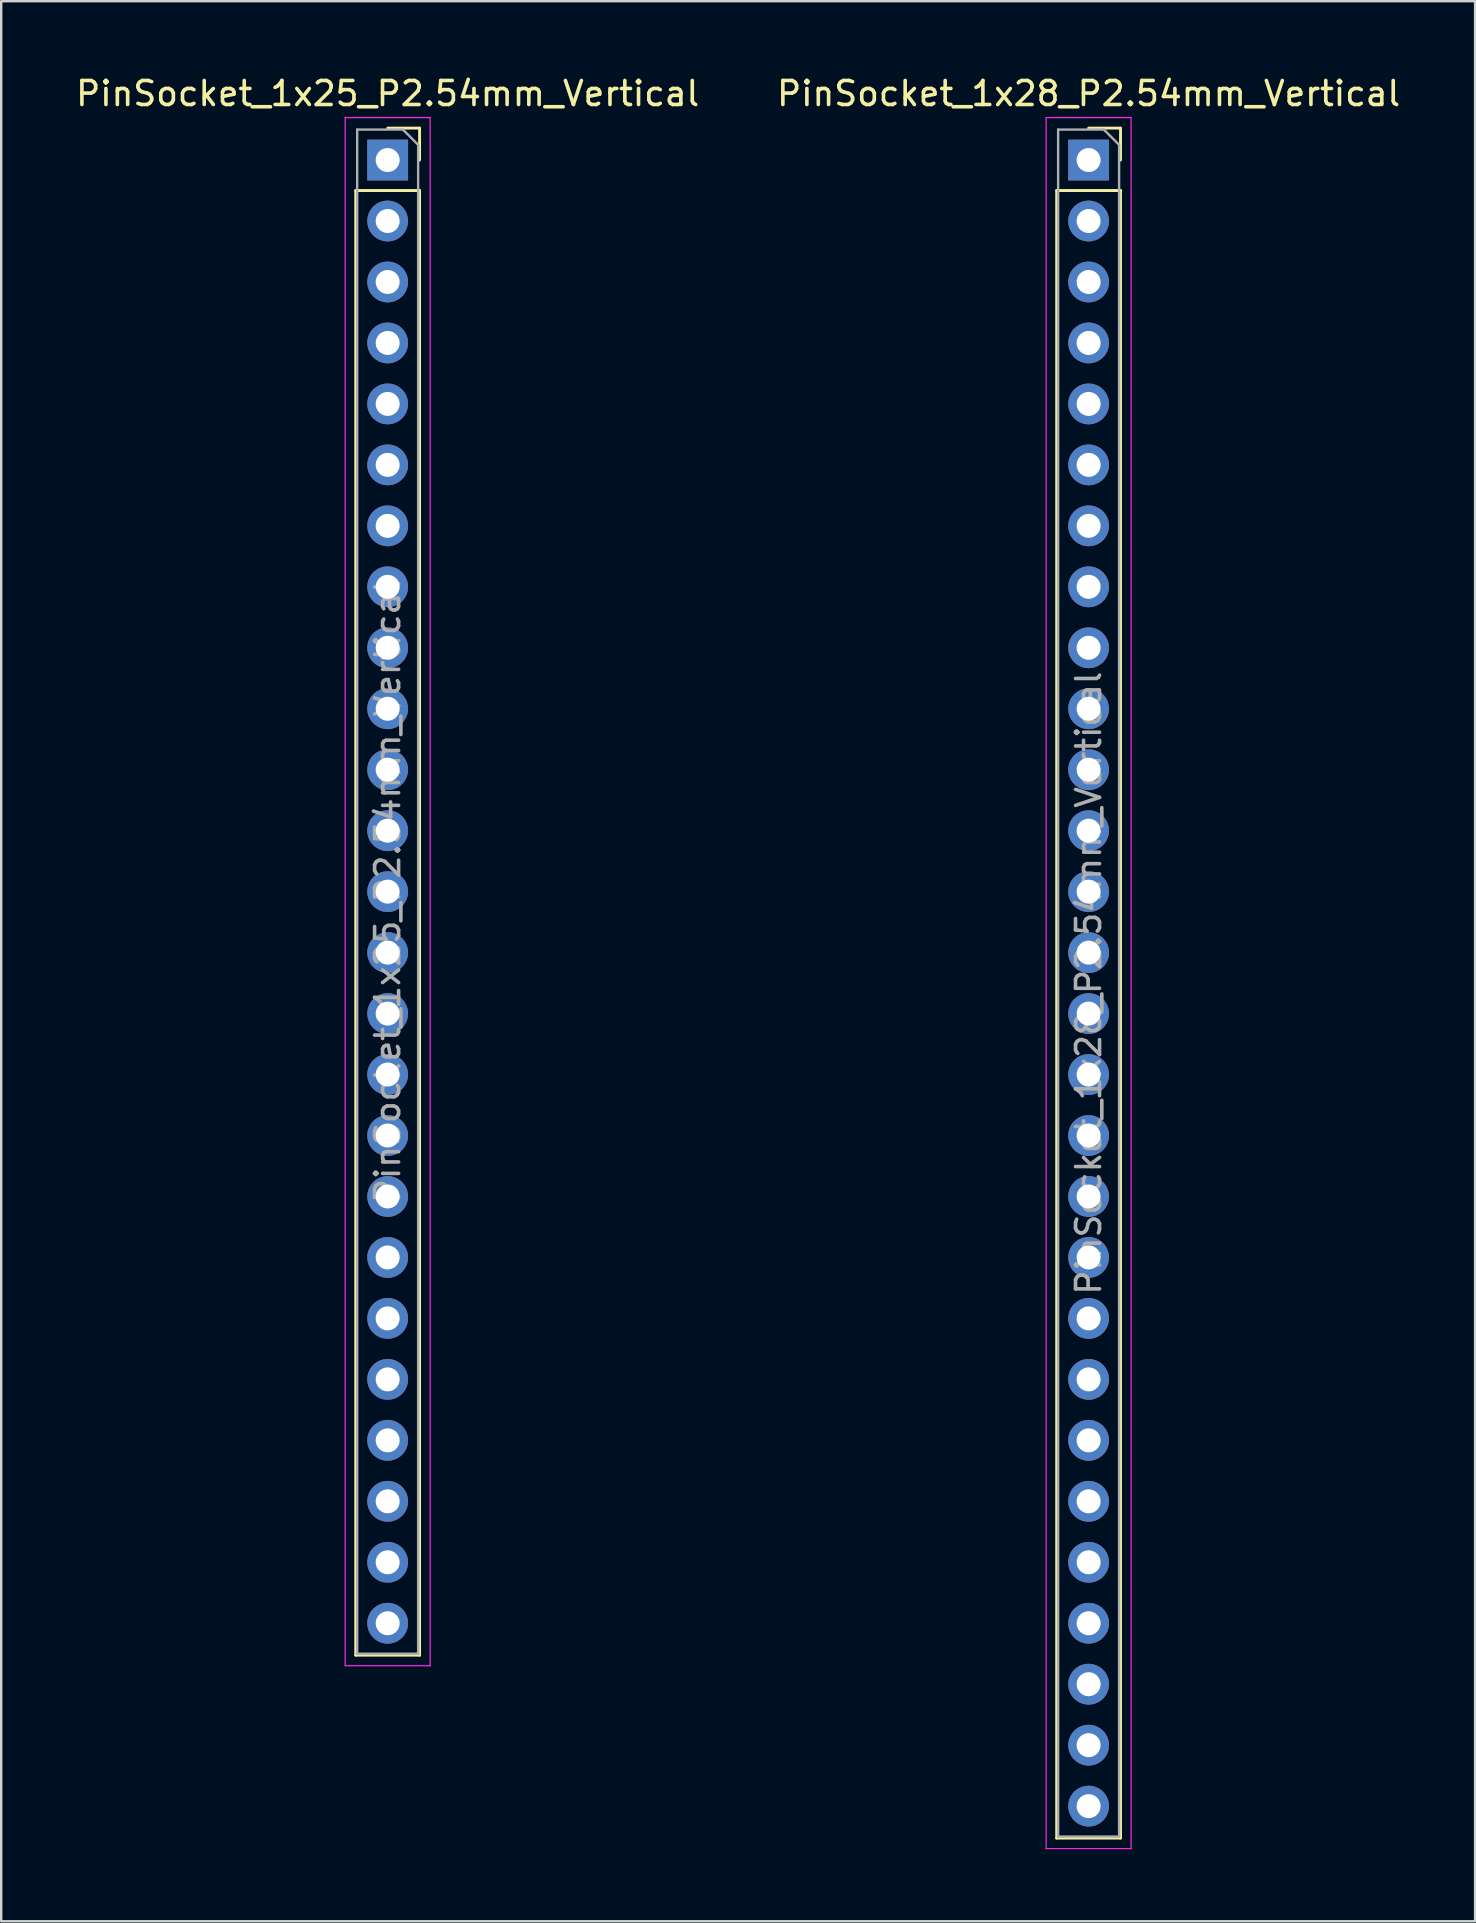
<source format=kicad_pcb>
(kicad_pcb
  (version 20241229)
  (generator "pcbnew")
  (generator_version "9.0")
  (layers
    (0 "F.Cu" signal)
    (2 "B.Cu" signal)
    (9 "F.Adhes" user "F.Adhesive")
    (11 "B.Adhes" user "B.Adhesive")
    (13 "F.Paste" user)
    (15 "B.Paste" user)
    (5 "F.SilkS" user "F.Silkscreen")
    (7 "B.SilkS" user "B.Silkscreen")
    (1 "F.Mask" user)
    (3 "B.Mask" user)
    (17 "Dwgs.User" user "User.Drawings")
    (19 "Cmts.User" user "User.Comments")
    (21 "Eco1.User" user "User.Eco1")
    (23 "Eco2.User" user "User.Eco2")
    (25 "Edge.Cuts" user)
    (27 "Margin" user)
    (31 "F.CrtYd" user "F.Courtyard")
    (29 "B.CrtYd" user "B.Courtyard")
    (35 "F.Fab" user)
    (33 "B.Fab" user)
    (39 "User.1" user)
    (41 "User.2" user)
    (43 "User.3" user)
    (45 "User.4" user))
  (footprint "PinSocket_1x25_P2.54mm_Vertical"
    (layer "F.Cu")
    (at 13.101 3.618)
    (property "Reference" "PinSocket_1x25_P2.54mm_Vertical" (at 0 -2.77 0) (layer "F.SilkS") (effects (font (size 1 1) (thickness 0.15))))
    (attr through_hole)
    (fp_line (start -1.33 1.27) (end -1.33 62.29) (stroke (width 0.12) (type solid)) (layer "F.SilkS"))
    (fp_line (start -1.33 1.27) (end 1.33 1.27) (stroke (width 0.12) (type solid)) (layer "F.SilkS"))
    (fp_line (start -1.33 62.29) (end 1.33 62.29) (stroke (width 0.12) (type solid)) (layer "F.SilkS"))
    (fp_line (start 0 -1.33) (end 1.33 -1.33) (stroke (width 0.12) (type solid)) (layer "F.SilkS"))
    (fp_line (start 1.33 -1.33) (end 1.33 0) (stroke (width 0.12) (type solid)) (layer "F.SilkS"))
    (fp_line (start 1.33 1.27) (end 1.33 62.29) (stroke (width 0.12) (type solid)) (layer "F.SilkS"))
    (fp_line (start -1.77 -1.77) (end 1.77 -1.77) (stroke (width 0.05) (type solid)) (layer "F.CrtYd"))
    (fp_line (start -1.77 62.73) (end -1.77 -1.77) (stroke (width 0.05) (type solid)) (layer "F.CrtYd"))
    (fp_line (start 1.77 -1.77) (end 1.77 62.73) (stroke (width 0.05) (type solid)) (layer "F.CrtYd"))
    (fp_line (start 1.77 62.73) (end -1.77 62.73) (stroke (width 0.05) (type solid)) (layer "F.CrtYd"))
    (fp_line (start -1.27 -1.27) (end 0.635 -1.27) (stroke (width 0.1) (type solid)) (layer "F.Fab"))
    (fp_line (start -1.27 62.23) (end -1.27 -1.27) (stroke (width 0.1) (type solid)) (layer "F.Fab"))
    (fp_line (start 0.635 -1.27) (end 1.27 -0.635) (stroke (width 0.1) (type solid)) (layer "F.Fab"))
    (fp_line (start 1.27 -0.635) (end 1.27 62.23) (stroke (width 0.1) (type solid)) (layer "F.Fab"))
    (fp_line (start 1.27 62.23) (end -1.27 62.23) (stroke (width 0.1) (type solid)) (layer "F.Fab"))
    (fp_text user "${REFERENCE}" (at 0 30.48 90) (layer "F.Fab") (effects (font (size 1 1) (thickness 0.15))))
    (pad "1" thru_hole rect (at 0 0) (size 1.7 1.7) (drill 1) (layers "*.Cu" "*.Mask"))
    (pad "2" thru_hole circle (at 0 2.54) (size 1.7 1.7) (drill 1) (layers "*.Cu" "*.Mask"))
    (pad "3" thru_hole circle (at 0 5.08) (size 1.7 1.7) (drill 1) (layers "*.Cu" "*.Mask"))
    (pad "4" thru_hole circle (at 0 7.62) (size 1.7 1.7) (drill 1) (layers "*.Cu" "*.Mask"))
    (pad "5" thru_hole circle (at 0 10.16) (size 1.7 1.7) (drill 1) (layers "*.Cu" "*.Mask"))
    (pad "6" thru_hole circle (at 0 12.7) (size 1.7 1.7) (drill 1) (layers "*.Cu" "*.Mask"))
    (pad "7" thru_hole circle (at 0 15.24) (size 1.7 1.7) (drill 1) (layers "*.Cu" "*.Mask"))
    (pad "8" thru_hole circle (at 0 17.78) (size 1.7 1.7) (drill 1) (layers "*.Cu" "*.Mask"))
    (pad "9" thru_hole circle (at 0 20.32) (size 1.7 1.7) (drill 1) (layers "*.Cu" "*.Mask"))
    (pad "10" thru_hole circle (at 0 22.86) (size 1.7 1.7) (drill 1) (layers "*.Cu" "*.Mask"))
    (pad "11" thru_hole circle (at 0 25.4) (size 1.7 1.7) (drill 1) (layers "*.Cu" "*.Mask"))
    (pad "12" thru_hole circle (at 0 27.94) (size 1.7 1.7) (drill 1) (layers "*.Cu" "*.Mask"))
    (pad "13" thru_hole circle (at 0 30.48) (size 1.7 1.7) (drill 1) (layers "*.Cu" "*.Mask"))
    (pad "14" thru_hole circle (at 0 33.02) (size 1.7 1.7) (drill 1) (layers "*.Cu" "*.Mask"))
    (pad "15" thru_hole circle (at 0 35.56) (size 1.7 1.7) (drill 1) (layers "*.Cu" "*.Mask"))
    (pad "16" thru_hole circle (at 0 38.1) (size 1.7 1.7) (drill 1) (layers "*.Cu" "*.Mask"))
    (pad "17" thru_hole circle (at 0 40.64) (size 1.7 1.7) (drill 1) (layers "*.Cu" "*.Mask"))
    (pad "18" thru_hole circle (at 0 43.18) (size 1.7 1.7) (drill 1) (layers "*.Cu" "*.Mask"))
    (pad "19" thru_hole circle (at 0 45.72) (size 1.7 1.7) (drill 1) (layers "*.Cu" "*.Mask"))
    (pad "20" thru_hole circle (at 0 48.26) (size 1.7 1.7) (drill 1) (layers "*.Cu" "*.Mask"))
    (pad "21" thru_hole circle (at 0 50.8) (size 1.7 1.7) (drill 1) (layers "*.Cu" "*.Mask"))
    (pad "22" thru_hole circle (at 0 53.34) (size 1.7 1.7) (drill 1) (layers "*.Cu" "*.Mask"))
    (pad "23" thru_hole circle (at 0 55.88) (size 1.7 1.7) (drill 1) (layers "*.Cu" "*.Mask"))
    (pad "24" thru_hole circle (at 0 58.42) (size 1.7 1.7) (drill 1) (layers "*.Cu" "*.Mask"))
    (pad "25" thru_hole circle (at 0 60.96) (size 1.7 1.7) (drill 1) (layers "*.Cu" "*.Mask")))
  (footprint "PinSocket_1x28_P2.54mm_Vertical"
    (layer "F.Cu")
    (at 42.304 3.618)
    (property "Reference" "PinSocket_1x28_P2.54mm_Vertical" (at 0 -2.77 0) (layer "F.SilkS") (effects (font (size 1 1) (thickness 0.15))))
    (attr through_hole)
    (fp_line (start -1.33 1.27) (end -1.33 69.91) (stroke (width 0.12) (type solid)) (layer "F.SilkS"))
    (fp_line (start -1.33 1.27) (end 1.33 1.27) (stroke (width 0.12) (type solid)) (layer "F.SilkS"))
    (fp_line (start -1.33 69.91) (end 1.33 69.91) (stroke (width 0.12) (type solid)) (layer "F.SilkS"))
    (fp_line (start 0 -1.33) (end 1.33 -1.33) (stroke (width 0.12) (type solid)) (layer "F.SilkS"))
    (fp_line (start 1.33 -1.33) (end 1.33 0) (stroke (width 0.12) (type solid)) (layer "F.SilkS"))
    (fp_line (start 1.33 1.27) (end 1.33 69.91) (stroke (width 0.12) (type solid)) (layer "F.SilkS"))
    (fp_line (start -1.77 -1.77) (end 1.77 -1.77) (stroke (width 0.05) (type solid)) (layer "F.CrtYd"))
    (fp_line (start -1.77 70.35) (end -1.77 -1.77) (stroke (width 0.05) (type solid)) (layer "F.CrtYd"))
    (fp_line (start 1.77 -1.77) (end 1.77 70.35) (stroke (width 0.05) (type solid)) (layer "F.CrtYd"))
    (fp_line (start 1.77 70.35) (end -1.77 70.35) (stroke (width 0.05) (type solid)) (layer "F.CrtYd"))
    (fp_line (start -1.27 -1.27) (end 0.635 -1.27) (stroke (width 0.1) (type solid)) (layer "F.Fab"))
    (fp_line (start -1.27 69.85) (end -1.27 -1.27) (stroke (width 0.1) (type solid)) (layer "F.Fab"))
    (fp_line (start 0.635 -1.27) (end 1.27 -0.635) (stroke (width 0.1) (type solid)) (layer "F.Fab"))
    (fp_line (start 1.27 -0.635) (end 1.27 69.85) (stroke (width 0.1) (type solid)) (layer "F.Fab"))
    (fp_line (start 1.27 69.85) (end -1.27 69.85) (stroke (width 0.1) (type solid)) (layer "F.Fab"))
    (fp_text user "${REFERENCE}" (at 0 34.29 90) (layer "F.Fab") (effects (font (size 1 1) (thickness 0.15))))
    (pad "1" thru_hole rect (at 0 0) (size 1.7 1.7) (drill 1) (layers "*.Cu" "*.Mask"))
    (pad "2" thru_hole circle (at 0 2.54) (size 1.7 1.7) (drill 1) (layers "*.Cu" "*.Mask"))
    (pad "3" thru_hole circle (at 0 5.08) (size 1.7 1.7) (drill 1) (layers "*.Cu" "*.Mask"))
    (pad "4" thru_hole circle (at 0 7.62) (size 1.7 1.7) (drill 1) (layers "*.Cu" "*.Mask"))
    (pad "5" thru_hole circle (at 0 10.16) (size 1.7 1.7) (drill 1) (layers "*.Cu" "*.Mask"))
    (pad "6" thru_hole circle (at 0 12.7) (size 1.7 1.7) (drill 1) (layers "*.Cu" "*.Mask"))
    (pad "7" thru_hole circle (at 0 15.24) (size 1.7 1.7) (drill 1) (layers "*.Cu" "*.Mask"))
    (pad "8" thru_hole circle (at 0 17.78) (size 1.7 1.7) (drill 1) (layers "*.Cu" "*.Mask"))
    (pad "9" thru_hole circle (at 0 20.32) (size 1.7 1.7) (drill 1) (layers "*.Cu" "*.Mask"))
    (pad "10" thru_hole circle (at 0 22.86) (size 1.7 1.7) (drill 1) (layers "*.Cu" "*.Mask"))
    (pad "11" thru_hole circle (at 0 25.4) (size 1.7 1.7) (drill 1) (layers "*.Cu" "*.Mask"))
    (pad "12" thru_hole circle (at 0 27.94) (size 1.7 1.7) (drill 1) (layers "*.Cu" "*.Mask"))
    (pad "13" thru_hole circle (at 0 30.48) (size 1.7 1.7) (drill 1) (layers "*.Cu" "*.Mask"))
    (pad "14" thru_hole circle (at 0 33.02) (size 1.7 1.7) (drill 1) (layers "*.Cu" "*.Mask"))
    (pad "15" thru_hole circle (at 0 35.56) (size 1.7 1.7) (drill 1) (layers "*.Cu" "*.Mask"))
    (pad "16" thru_hole circle (at 0 38.1) (size 1.7 1.7) (drill 1) (layers "*.Cu" "*.Mask"))
    (pad "17" thru_hole circle (at 0 40.64) (size 1.7 1.7) (drill 1) (layers "*.Cu" "*.Mask"))
    (pad "18" thru_hole circle (at 0 43.18) (size 1.7 1.7) (drill 1) (layers "*.Cu" "*.Mask"))
    (pad "19" thru_hole circle (at 0 45.72) (size 1.7 1.7) (drill 1) (layers "*.Cu" "*.Mask"))
    (pad "20" thru_hole circle (at 0 48.26) (size 1.7 1.7) (drill 1) (layers "*.Cu" "*.Mask"))
    (pad "21" thru_hole circle (at 0 50.8) (size 1.7 1.7) (drill 1) (layers "*.Cu" "*.Mask"))
    (pad "22" thru_hole circle (at 0 53.34) (size 1.7 1.7) (drill 1) (layers "*.Cu" "*.Mask"))
    (pad "23" thru_hole circle (at 0 55.88) (size 1.7 1.7) (drill 1) (layers "*.Cu" "*.Mask"))
    (pad "24" thru_hole circle (at 0 58.42) (size 1.7 1.7) (drill 1) (layers "*.Cu" "*.Mask"))
    (pad "25" thru_hole circle (at 0 60.96) (size 1.7 1.7) (drill 1) (layers "*.Cu" "*.Mask"))
    (pad "26" thru_hole circle (at 0 63.5) (size 1.7 1.7) (drill 1) (layers "*.Cu" "*.Mask"))
    (pad "27" thru_hole circle (at 0 66.04) (size 1.7 1.7) (drill 1) (layers "*.Cu" "*.Mask"))
    (pad "28" thru_hole circle (at 0 68.58) (size 1.7 1.7) (drill 1) (layers "*.Cu" "*.Mask")))
  (gr_rect
    (start -3 -3)
    (end 58.405 76.993)
    (stroke (width 0.1) (type default))
    (fill no)
    (layer "Edge.Cuts")))
</source>
